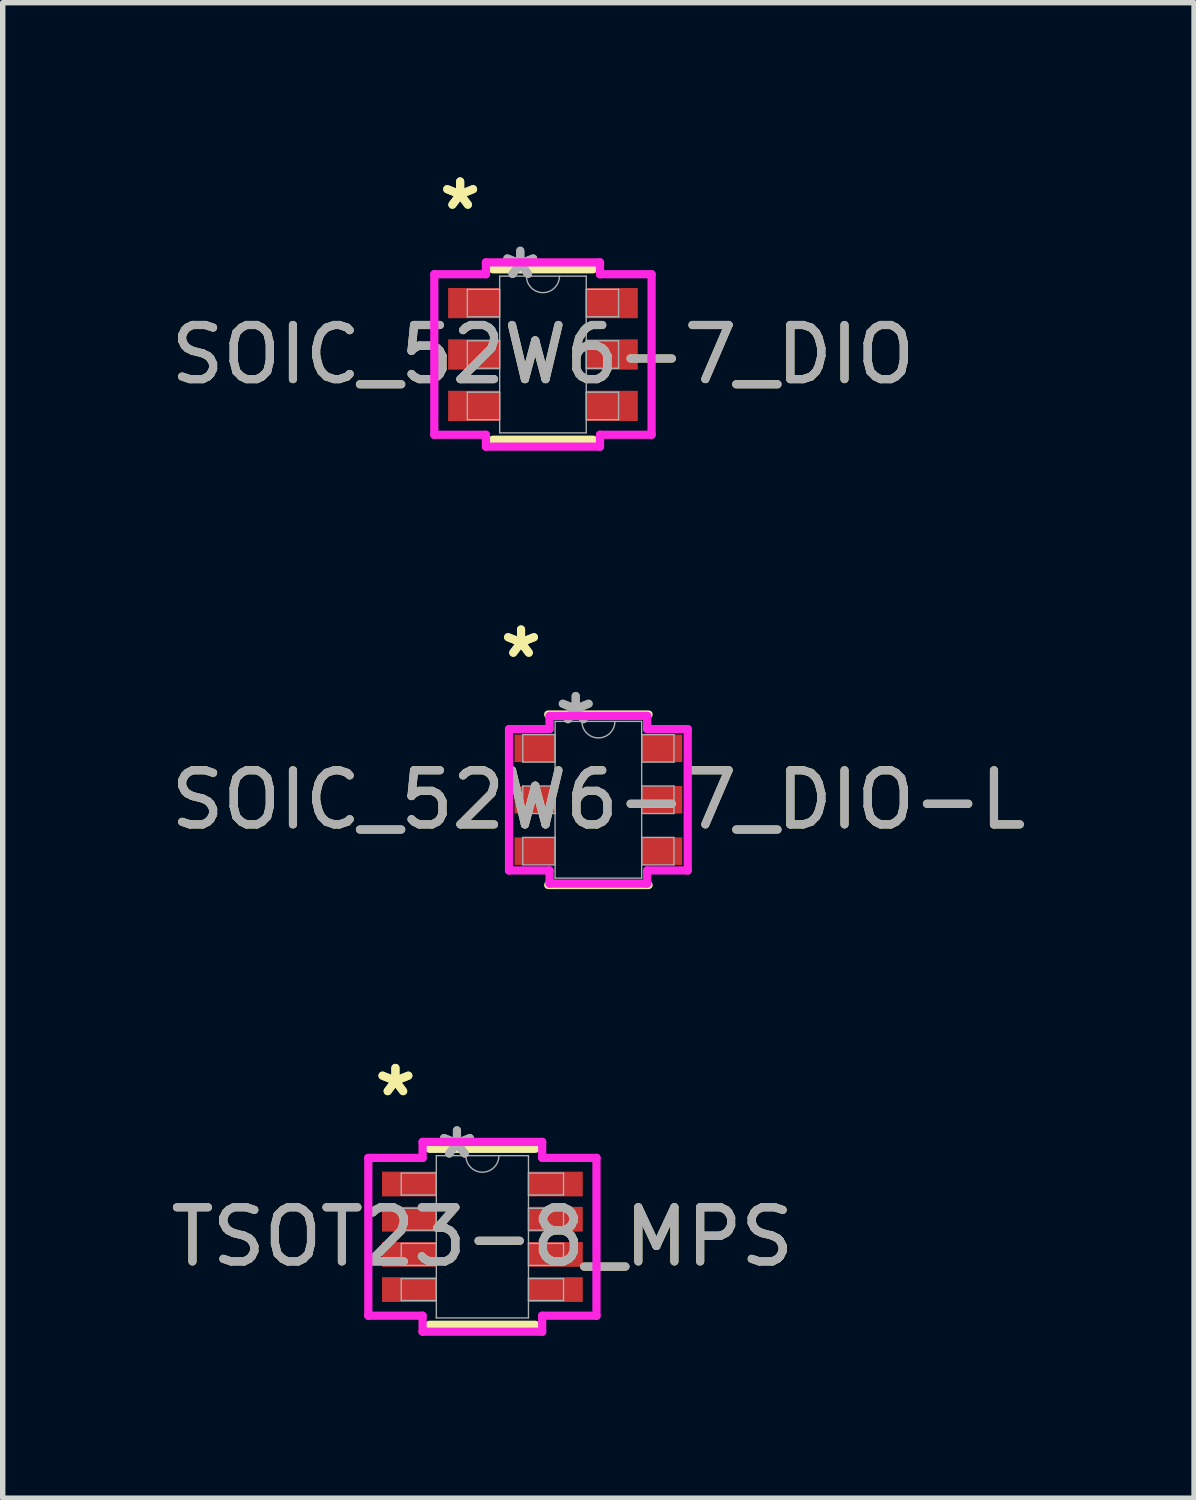
<source format=kicad_pcb>
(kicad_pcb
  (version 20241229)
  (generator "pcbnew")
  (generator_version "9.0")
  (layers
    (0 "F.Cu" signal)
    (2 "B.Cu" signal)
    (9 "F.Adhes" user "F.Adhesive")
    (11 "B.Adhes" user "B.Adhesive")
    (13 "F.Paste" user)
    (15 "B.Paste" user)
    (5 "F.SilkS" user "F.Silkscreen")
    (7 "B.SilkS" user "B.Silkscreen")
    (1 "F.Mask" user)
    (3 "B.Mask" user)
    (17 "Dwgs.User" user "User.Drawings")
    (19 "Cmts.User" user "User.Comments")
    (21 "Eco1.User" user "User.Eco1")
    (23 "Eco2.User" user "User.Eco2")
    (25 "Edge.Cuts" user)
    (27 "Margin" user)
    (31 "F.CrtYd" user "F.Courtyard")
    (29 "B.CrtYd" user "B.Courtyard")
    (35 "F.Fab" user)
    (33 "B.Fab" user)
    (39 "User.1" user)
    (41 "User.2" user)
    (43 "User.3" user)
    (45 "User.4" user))
  (footprint "SOIC_52W6-7_DIO-L"
    (layer "F.Cu")
    (at 8.006 11.727)
    (property "Reference" "SOIC_52W6-7_DIO-L" (at 0 0 0) (unlocked yes) (layer "F.SilkS") (effects (font (size 1 1) (thickness 0.15))))
    (attr smd)
    (fp_line (start -0.927 1.575) (end 0.927 1.575) (stroke (width 0.152) (type solid)) (layer "F.SilkS"))
    (fp_line (start 0.927 -1.575) (end -0.927 -1.575) (stroke (width 0.152) (type solid)) (layer "F.SilkS"))
    (fp_line (start -1.651 -1.306) (end -0.902 -1.306) (stroke (width 0.152) (type solid)) (layer "F.CrtYd"))
    (fp_line (start -1.651 1.306) (end -1.651 -1.306) (stroke (width 0.152) (type solid)) (layer "F.CrtYd"))
    (fp_line (start -1.651 1.306) (end -0.902 1.306) (stroke (width 0.152) (type solid)) (layer "F.CrtYd"))
    (fp_line (start -0.902 -1.549) (end 0.902 -1.549) (stroke (width 0.152) (type solid)) (layer "F.CrtYd"))
    (fp_line (start -0.902 -1.306) (end -0.902 -1.549) (stroke (width 0.152) (type solid)) (layer "F.CrtYd"))
    (fp_line (start -0.902 1.549) (end -0.902 1.306) (stroke (width 0.152) (type solid)) (layer "F.CrtYd"))
    (fp_line (start 0.902 -1.549) (end 0.902 -1.306) (stroke (width 0.152) (type solid)) (layer "F.CrtYd"))
    (fp_line (start 0.902 1.306) (end 0.902 1.549) (stroke (width 0.152) (type solid)) (layer "F.CrtYd"))
    (fp_line (start 0.902 1.549) (end -0.902 1.549) (stroke (width 0.152) (type solid)) (layer "F.CrtYd"))
    (fp_line (start 1.651 -1.306) (end 0.902 -1.306) (stroke (width 0.152) (type solid)) (layer "F.CrtYd"))
    (fp_line (start 1.651 -1.306) (end 1.651 1.306) (stroke (width 0.152) (type solid)) (layer "F.CrtYd"))
    (fp_line (start 1.651 1.306) (end 0.902 1.306) (stroke (width 0.152) (type solid)) (layer "F.CrtYd"))
    (fp_line (start -1.397 -1.204) (end -1.397 -0.696) (stroke (width 0.025) (type solid)) (layer "F.Fab"))
    (fp_line (start -1.397 -0.696) (end -0.8 -0.696) (stroke (width 0.025) (type solid)) (layer "F.Fab"))
    (fp_line (start -1.397 -0.254) (end -1.397 0.254) (stroke (width 0.025) (type solid)) (layer "F.Fab"))
    (fp_line (start -1.397 0.254) (end -0.8 0.254) (stroke (width 0.025) (type solid)) (layer "F.Fab"))
    (fp_line (start -1.397 0.696) (end -1.397 1.204) (stroke (width 0.025) (type solid)) (layer "F.Fab"))
    (fp_line (start -1.397 1.204) (end -0.8 1.204) (stroke (width 0.025) (type solid)) (layer "F.Fab"))
    (fp_line (start -0.8 -1.448) (end -0.8 1.448) (stroke (width 0.025) (type solid)) (layer "F.Fab"))
    (fp_line (start -0.8 -1.204) (end -1.397 -1.204) (stroke (width 0.025) (type solid)) (layer "F.Fab"))
    (fp_line (start -0.8 -0.696) (end -0.8 -1.204) (stroke (width 0.025) (type solid)) (layer "F.Fab"))
    (fp_line (start -0.8 -0.254) (end -1.397 -0.254) (stroke (width 0.025) (type solid)) (layer "F.Fab"))
    (fp_line (start -0.8 0.254) (end -0.8 -0.254) (stroke (width 0.025) (type solid)) (layer "F.Fab"))
    (fp_line (start -0.8 0.696) (end -1.397 0.696) (stroke (width 0.025) (type solid)) (layer "F.Fab"))
    (fp_line (start -0.8 1.204) (end -0.8 0.696) (stroke (width 0.025) (type solid)) (layer "F.Fab"))
    (fp_line (start -0.8 1.448) (end 0.8 1.448) (stroke (width 0.025) (type solid)) (layer "F.Fab"))
    (fp_line (start 0.8 -1.448) (end -0.8 -1.448) (stroke (width 0.025) (type solid)) (layer "F.Fab"))
    (fp_line (start 0.8 -1.204) (end 0.8 -0.696) (stroke (width 0.025) (type solid)) (layer "F.Fab"))
    (fp_line (start 0.8 -0.696) (end 1.397 -0.696) (stroke (width 0.025) (type solid)) (layer "F.Fab"))
    (fp_line (start 0.8 -0.254) (end 0.8 0.254) (stroke (width 0.025) (type solid)) (layer "F.Fab"))
    (fp_line (start 0.8 0.254) (end 1.397 0.254) (stroke (width 0.025) (type solid)) (layer "F.Fab"))
    (fp_line (start 0.8 0.696) (end 0.8 1.204) (stroke (width 0.025) (type solid)) (layer "F.Fab"))
    (fp_line (start 0.8 1.204) (end 1.397 1.204) (stroke (width 0.025) (type solid)) (layer "F.Fab"))
    (fp_line (start 0.8 1.448) (end 0.8 -1.448) (stroke (width 0.025) (type solid)) (layer "F.Fab"))
    (fp_line (start 1.397 -1.204) (end 0.8 -1.204) (stroke (width 0.025) (type solid)) (layer "F.Fab"))
    (fp_line (start 1.397 -0.696) (end 1.397 -1.204) (stroke (width 0.025) (type solid)) (layer "F.Fab"))
    (fp_line (start 1.397 -0.254) (end 0.8 -0.254) (stroke (width 0.025) (type solid)) (layer "F.Fab"))
    (fp_line (start 1.397 0.254) (end 1.397 -0.254) (stroke (width 0.025) (type solid)) (layer "F.Fab"))
    (fp_line (start 1.397 0.696) (end 0.8 0.696) (stroke (width 0.025) (type solid)) (layer "F.Fab"))
    (fp_line (start 1.397 1.204) (end 1.397 0.696) (stroke (width 0.025) (type solid)) (layer "F.Fab"))
    (fp_arc (start 0.3048 -1.4478) (mid 0 -1.143) (end -0.3048 -1.4478) (stroke (width 0.0254) (type solid)) (layer "F.Fab"))
    (fp_text user "*" (at -1.429 -2.601 0) (unlocked yes) (layer "F.SilkS") (effects (font (size 1 1) (thickness 0.15))))
    (fp_text user "*" (at -1.429 -2.601 0) (layer "F.SilkS") (effects (font (size 1 1) (thickness 0.15))))
    (fp_text user "${REFERENCE}" (at 0 0 0) (unlocked yes) (layer "F.Fab") (effects (font (size 1 1) (thickness 0.15))))
    (fp_text user "*" (at -0.419 -1.372 0) (layer "F.Fab") (effects (font (size 1 1) (thickness 0.15))))
    (fp_text user "*" (at -0.419 -1.372 0) (unlocked yes) (layer "F.Fab") (effects (font (size 1 1) (thickness 0.15))))
    (pad "1" smd rect (at -1.175 -0.95) (size 0.749 0.508) (layers "F.Cu" "F.Mask" "F.Paste"))
    (pad "2" smd rect (at -1.175 0) (size 0.749 0.508) (layers "F.Cu" "F.Mask" "F.Paste"))
    (pad "3" smd rect (at -1.175 0.95) (size 0.749 0.508) (layers "F.Cu" "F.Mask" "F.Paste"))
    (pad "4" smd rect (at 1.175 0.95) (size 0.749 0.508) (layers "F.Cu" "F.Mask" "F.Paste"))
    (pad "5" smd rect (at 1.175 0) (size 0.749 0.508) (layers "F.Cu" "F.Mask" "F.Paste"))
    (pad "6" smd rect (at 1.175 -0.95) (size 0.749 0.508) (layers "F.Cu" "F.Mask" "F.Paste")))
  (footprint "TSOT23-8_MPS"
    (layer "F.Cu")
    (at 5.863 19.802)
    (property "Reference" "TSOT23-8_MPS" (at 0 0 0) (unlocked yes) (layer "F.SilkS") (effects (font (size 1 1) (thickness 0.15))))
    (attr smd)
    (fp_line (start -0.978 1.626) (end 0.978 1.626) (stroke (width 0.152) (type solid)) (layer "F.SilkS"))
    (fp_line (start 0.978 -1.626) (end -0.978 -1.626) (stroke (width 0.152) (type solid)) (layer "F.SilkS"))
    (fp_line (start -2.108 -1.458) (end -1.105 -1.458) (stroke (width 0.152) (type solid)) (layer "F.CrtYd"))
    (fp_line (start -2.108 1.458) (end -2.108 -1.458) (stroke (width 0.152) (type solid)) (layer "F.CrtYd"))
    (fp_line (start -2.108 1.458) (end -1.105 1.458) (stroke (width 0.152) (type solid)) (layer "F.CrtYd"))
    (fp_line (start -1.105 -1.753) (end 1.105 -1.753) (stroke (width 0.152) (type solid)) (layer "F.CrtYd"))
    (fp_line (start -1.105 -1.458) (end -1.105 -1.753) (stroke (width 0.152) (type solid)) (layer "F.CrtYd"))
    (fp_line (start -1.105 1.753) (end -1.105 1.458) (stroke (width 0.152) (type solid)) (layer "F.CrtYd"))
    (fp_line (start 1.105 -1.753) (end 1.105 -1.458) (stroke (width 0.152) (type solid)) (layer "F.CrtYd"))
    (fp_line (start 1.105 1.458) (end 1.105 1.753) (stroke (width 0.152) (type solid)) (layer "F.CrtYd"))
    (fp_line (start 1.105 1.753) (end -1.105 1.753) (stroke (width 0.152) (type solid)) (layer "F.CrtYd"))
    (fp_line (start 2.108 -1.458) (end 1.105 -1.458) (stroke (width 0.152) (type solid)) (layer "F.CrtYd"))
    (fp_line (start 2.108 -1.458) (end 2.108 1.458) (stroke (width 0.152) (type solid)) (layer "F.CrtYd"))
    (fp_line (start 2.108 1.458) (end 1.105 1.458) (stroke (width 0.152) (type solid)) (layer "F.CrtYd"))
    (fp_line (start -1.499 -1.178) (end -1.499 -0.772) (stroke (width 0.025) (type solid)) (layer "F.Fab"))
    (fp_line (start -1.499 -0.772) (end -0.851 -0.772) (stroke (width 0.025) (type solid)) (layer "F.Fab"))
    (fp_line (start -1.499 -0.528) (end -1.499 -0.122) (stroke (width 0.025) (type solid)) (layer "F.Fab"))
    (fp_line (start -1.499 -0.122) (end -0.851 -0.122) (stroke (width 0.025) (type solid)) (layer "F.Fab"))
    (fp_line (start -1.499 0.122) (end -1.499 0.528) (stroke (width 0.025) (type solid)) (layer "F.Fab"))
    (fp_line (start -1.499 0.528) (end -0.851 0.528) (stroke (width 0.025) (type solid)) (layer "F.Fab"))
    (fp_line (start -1.499 0.772) (end -1.499 1.178) (stroke (width 0.025) (type solid)) (layer "F.Fab"))
    (fp_line (start -1.499 1.178) (end -0.851 1.178) (stroke (width 0.025) (type solid)) (layer "F.Fab"))
    (fp_line (start -0.851 -1.499) (end -0.851 1.499) (stroke (width 0.025) (type solid)) (layer "F.Fab"))
    (fp_line (start -0.851 -1.178) (end -1.499 -1.178) (stroke (width 0.025) (type solid)) (layer "F.Fab"))
    (fp_line (start -0.851 -0.772) (end -0.851 -1.178) (stroke (width 0.025) (type solid)) (layer "F.Fab"))
    (fp_line (start -0.851 -0.528) (end -1.499 -0.528) (stroke (width 0.025) (type solid)) (layer "F.Fab"))
    (fp_line (start -0.851 -0.122) (end -0.851 -0.528) (stroke (width 0.025) (type solid)) (layer "F.Fab"))
    (fp_line (start -0.851 0.122) (end -1.499 0.122) (stroke (width 0.025) (type solid)) (layer "F.Fab"))
    (fp_line (start -0.851 0.528) (end -0.851 0.122) (stroke (width 0.025) (type solid)) (layer "F.Fab"))
    (fp_line (start -0.851 0.772) (end -1.499 0.772) (stroke (width 0.025) (type solid)) (layer "F.Fab"))
    (fp_line (start -0.851 1.178) (end -0.851 0.772) (stroke (width 0.025) (type solid)) (layer "F.Fab"))
    (fp_line (start -0.851 1.499) (end 0.851 1.499) (stroke (width 0.025) (type solid)) (layer "F.Fab"))
    (fp_line (start 0.851 -1.499) (end -0.851 -1.499) (stroke (width 0.025) (type solid)) (layer "F.Fab"))
    (fp_line (start 0.851 -1.178) (end 0.851 -0.772) (stroke (width 0.025) (type solid)) (layer "F.Fab"))
    (fp_line (start 0.851 -0.772) (end 1.499 -0.772) (stroke (width 0.025) (type solid)) (layer "F.Fab"))
    (fp_line (start 0.851 -0.528) (end 0.851 -0.122) (stroke (width 0.025) (type solid)) (layer "F.Fab"))
    (fp_line (start 0.851 -0.122) (end 1.499 -0.122) (stroke (width 0.025) (type solid)) (layer "F.Fab"))
    (fp_line (start 0.851 0.122) (end 0.851 0.528) (stroke (width 0.025) (type solid)) (layer "F.Fab"))
    (fp_line (start 0.851 0.528) (end 1.499 0.528) (stroke (width 0.025) (type solid)) (layer "F.Fab"))
    (fp_line (start 0.851 0.772) (end 0.851 1.178) (stroke (width 0.025) (type solid)) (layer "F.Fab"))
    (fp_line (start 0.851 1.178) (end 1.499 1.178) (stroke (width 0.025) (type solid)) (layer "F.Fab"))
    (fp_line (start 0.851 1.499) (end 0.851 -1.499) (stroke (width 0.025) (type solid)) (layer "F.Fab"))
    (fp_line (start 1.499 -1.178) (end 0.851 -1.178) (stroke (width 0.025) (type solid)) (layer "F.Fab"))
    (fp_line (start 1.499 -0.772) (end 1.499 -1.178) (stroke (width 0.025) (type solid)) (layer "F.Fab"))
    (fp_line (start 1.499 -0.528) (end 0.851 -0.528) (stroke (width 0.025) (type solid)) (layer "F.Fab"))
    (fp_line (start 1.499 -0.122) (end 1.499 -0.528) (stroke (width 0.025) (type solid)) (layer "F.Fab"))
    (fp_line (start 1.499 0.122) (end 0.851 0.122) (stroke (width 0.025) (type solid)) (layer "F.Fab"))
    (fp_line (start 1.499 0.528) (end 1.499 0.122) (stroke (width 0.025) (type solid)) (layer "F.Fab"))
    (fp_line (start 1.499 0.772) (end 0.851 0.772) (stroke (width 0.025) (type solid)) (layer "F.Fab"))
    (fp_line (start 1.499 1.178) (end 1.499 0.772) (stroke (width 0.025) (type solid)) (layer "F.Fab"))
    (fp_arc (start 0.3048 -1.4986) (mid 0 -1.1938) (end -0.3048 -1.4986) (stroke (width 0.0254) (type solid)) (layer "F.Fab"))
    (fp_text user "*" (at -1.607 -2.575 0) (unlocked yes) (layer "F.SilkS") (effects (font (size 1 1) (thickness 0.15))))
    (fp_text user "*" (at -1.607 -2.575 0) (layer "F.SilkS") (effects (font (size 1 1) (thickness 0.15))))
    (fp_text user "*" (at -0.47 -1.422 0) (unlocked yes) (layer "F.Fab") (effects (font (size 1 1) (thickness 0.15))))
    (fp_text user "*" (at -0.47 -1.422 0) (layer "F.Fab") (effects (font (size 1 1) (thickness 0.15))))
    (fp_text user "${REFERENCE}" (at 0 0 0) (unlocked yes) (layer "F.Fab") (effects (font (size 1 1) (thickness 0.15))))
    (pad "1" smd rect (at -1.353 -0.975) (size 1.003 0.457) (layers "F.Cu" "F.Mask" "F.Paste"))
    (pad "2" smd rect (at -1.353 -0.325) (size 1.003 0.457) (layers "F.Cu" "F.Mask" "F.Paste"))
    (pad "3" smd rect (at -1.353 0.325) (size 1.003 0.457) (layers "F.Cu" "F.Mask" "F.Paste"))
    (pad "4" smd rect (at -1.353 0.975) (size 1.003 0.457) (layers "F.Cu" "F.Mask" "F.Paste"))
    (pad "5" smd rect (at 1.353 0.975) (size 1.003 0.457) (layers "F.Cu" "F.Mask" "F.Paste"))
    (pad "6" smd rect (at 1.353 0.325) (size 1.003 0.457) (layers "F.Cu" "F.Mask" "F.Paste"))
    (pad "7" smd rect (at 1.353 -0.325) (size 1.003 0.457) (layers "F.Cu" "F.Mask" "F.Paste"))
    (pad "8" smd rect (at 1.353 -0.975) (size 1.003 0.457) (layers "F.Cu" "F.Mask" "F.Paste")))
  (footprint "SOIC_52W6-7_DIO"
    (layer "F.Cu")
    (at 6.982 3.5)
    (property "Reference" "SOIC_52W6-7_DIO" (at 0 0 0) (unlocked yes) (layer "F.SilkS") (effects (font (size 1 1) (thickness 0.15))))
    (attr smd)
    (fp_line (start -0.927 1.575) (end 0.927 1.575) (stroke (width 0.152) (type solid)) (layer "F.SilkS"))
    (fp_line (start 0.927 -1.575) (end -0.927 -1.575) (stroke (width 0.152) (type solid)) (layer "F.SilkS"))
    (fp_line (start -2.007 -1.483) (end -1.054 -1.483) (stroke (width 0.152) (type solid)) (layer "F.CrtYd"))
    (fp_line (start -2.007 1.483) (end -2.007 -1.483) (stroke (width 0.152) (type solid)) (layer "F.CrtYd"))
    (fp_line (start -2.007 1.483) (end -1.054 1.483) (stroke (width 0.152) (type solid)) (layer "F.CrtYd"))
    (fp_line (start -1.054 -1.702) (end 1.054 -1.702) (stroke (width 0.152) (type solid)) (layer "F.CrtYd"))
    (fp_line (start -1.054 -1.483) (end -1.054 -1.702) (stroke (width 0.152) (type solid)) (layer "F.CrtYd"))
    (fp_line (start -1.054 1.702) (end -1.054 1.483) (stroke (width 0.152) (type solid)) (layer "F.CrtYd"))
    (fp_line (start 1.054 -1.702) (end 1.054 -1.483) (stroke (width 0.152) (type solid)) (layer "F.CrtYd"))
    (fp_line (start 1.054 1.483) (end 1.054 1.702) (stroke (width 0.152) (type solid)) (layer "F.CrtYd"))
    (fp_line (start 1.054 1.702) (end -1.054 1.702) (stroke (width 0.152) (type solid)) (layer "F.CrtYd"))
    (fp_line (start 2.007 -1.483) (end 1.054 -1.483) (stroke (width 0.152) (type solid)) (layer "F.CrtYd"))
    (fp_line (start 2.007 -1.483) (end 2.007 1.483) (stroke (width 0.152) (type solid)) (layer "F.CrtYd"))
    (fp_line (start 2.007 1.483) (end 1.054 1.483) (stroke (width 0.152) (type solid)) (layer "F.CrtYd"))
    (fp_line (start -1.397 -1.204) (end -1.397 -0.696) (stroke (width 0.025) (type solid)) (layer "F.Fab"))
    (fp_line (start -1.397 -0.696) (end -0.8 -0.696) (stroke (width 0.025) (type solid)) (layer "F.Fab"))
    (fp_line (start -1.397 -0.254) (end -1.397 0.254) (stroke (width 0.025) (type solid)) (layer "F.Fab"))
    (fp_line (start -1.397 0.254) (end -0.8 0.254) (stroke (width 0.025) (type solid)) (layer "F.Fab"))
    (fp_line (start -1.397 0.696) (end -1.397 1.204) (stroke (width 0.025) (type solid)) (layer "F.Fab"))
    (fp_line (start -1.397 1.204) (end -0.8 1.204) (stroke (width 0.025) (type solid)) (layer "F.Fab"))
    (fp_line (start -0.8 -1.448) (end -0.8 1.448) (stroke (width 0.025) (type solid)) (layer "F.Fab"))
    (fp_line (start -0.8 -1.204) (end -1.397 -1.204) (stroke (width 0.025) (type solid)) (layer "F.Fab"))
    (fp_line (start -0.8 -0.696) (end -0.8 -1.204) (stroke (width 0.025) (type solid)) (layer "F.Fab"))
    (fp_line (start -0.8 -0.254) (end -1.397 -0.254) (stroke (width 0.025) (type solid)) (layer "F.Fab"))
    (fp_line (start -0.8 0.254) (end -0.8 -0.254) (stroke (width 0.025) (type solid)) (layer "F.Fab"))
    (fp_line (start -0.8 0.696) (end -1.397 0.696) (stroke (width 0.025) (type solid)) (layer "F.Fab"))
    (fp_line (start -0.8 1.204) (end -0.8 0.696) (stroke (width 0.025) (type solid)) (layer "F.Fab"))
    (fp_line (start -0.8 1.448) (end 0.8 1.448) (stroke (width 0.025) (type solid)) (layer "F.Fab"))
    (fp_line (start 0.8 -1.448) (end -0.8 -1.448) (stroke (width 0.025) (type solid)) (layer "F.Fab"))
    (fp_line (start 0.8 -1.204) (end 0.8 -0.696) (stroke (width 0.025) (type solid)) (layer "F.Fab"))
    (fp_line (start 0.8 -0.696) (end 1.397 -0.696) (stroke (width 0.025) (type solid)) (layer "F.Fab"))
    (fp_line (start 0.8 -0.254) (end 0.8 0.254) (stroke (width 0.025) (type solid)) (layer "F.Fab"))
    (fp_line (start 0.8 0.254) (end 1.397 0.254) (stroke (width 0.025) (type solid)) (layer "F.Fab"))
    (fp_line (start 0.8 0.696) (end 0.8 1.204) (stroke (width 0.025) (type solid)) (layer "F.Fab"))
    (fp_line (start 0.8 1.204) (end 1.397 1.204) (stroke (width 0.025) (type solid)) (layer "F.Fab"))
    (fp_line (start 0.8 1.448) (end 0.8 -1.448) (stroke (width 0.025) (type solid)) (layer "F.Fab"))
    (fp_line (start 1.397 -1.204) (end 0.8 -1.204) (stroke (width 0.025) (type solid)) (layer "F.Fab"))
    (fp_line (start 1.397 -0.696) (end 1.397 -1.204) (stroke (width 0.025) (type solid)) (layer "F.Fab"))
    (fp_line (start 1.397 -0.254) (end 0.8 -0.254) (stroke (width 0.025) (type solid)) (layer "F.Fab"))
    (fp_line (start 1.397 0.254) (end 1.397 -0.254) (stroke (width 0.025) (type solid)) (layer "F.Fab"))
    (fp_line (start 1.397 0.696) (end 0.8 0.696) (stroke (width 0.025) (type solid)) (layer "F.Fab"))
    (fp_line (start 1.397 1.204) (end 1.397 0.696) (stroke (width 0.025) (type solid)) (layer "F.Fab"))
    (fp_arc (start 0.3048 -1.4478) (mid 0 -1.143) (end -0.3048 -1.4478) (stroke (width 0.0254) (type solid)) (layer "F.Fab"))
    (fp_text user "*" (at -1.53 -2.652 0) (layer "F.SilkS") (effects (font (size 1 1) (thickness 0.15))))
    (fp_text user "*" (at -1.53 -2.652 0) (unlocked yes) (layer "F.SilkS") (effects (font (size 1 1) (thickness 0.15))))
    (fp_text user "${REFERENCE}" (at 0 0 0) (unlocked yes) (layer "F.Fab") (effects (font (size 1 1) (thickness 0.15))))
    (fp_text user "*" (at -0.419 -1.372 0) (layer "F.Fab") (effects (font (size 1 1) (thickness 0.15))))
    (fp_text user "*" (at -0.419 -1.372 0) (unlocked yes) (layer "F.Fab") (effects (font (size 1 1) (thickness 0.15))))
    (pad "1" smd rect (at -1.276 -0.95) (size 0.953 0.559) (layers "F.Cu" "F.Mask" "F.Paste"))
    (pad "2" smd rect (at -1.276 0) (size 0.953 0.559) (layers "F.Cu" "F.Mask" "F.Paste"))
    (pad "3" smd rect (at -1.276 0.95) (size 0.953 0.559) (layers "F.Cu" "F.Mask" "F.Paste"))
    (pad "4" smd rect (at 1.276 0.95) (size 0.953 0.559) (layers "F.Cu" "F.Mask" "F.Paste"))
    (pad "5" smd rect (at 1.276 0) (size 0.953 0.559) (layers "F.Cu" "F.Mask" "F.Paste"))
    (pad "6" smd rect (at 1.276 -0.95) (size 0.953 0.559) (layers "F.Cu" "F.Mask" "F.Paste")))
  (gr_rect
    (start -3 -3)
    (end 19.012 24.631)
    (stroke (width 0.1) (type default))
    (fill no)
    (layer "Edge.Cuts")))
</source>
